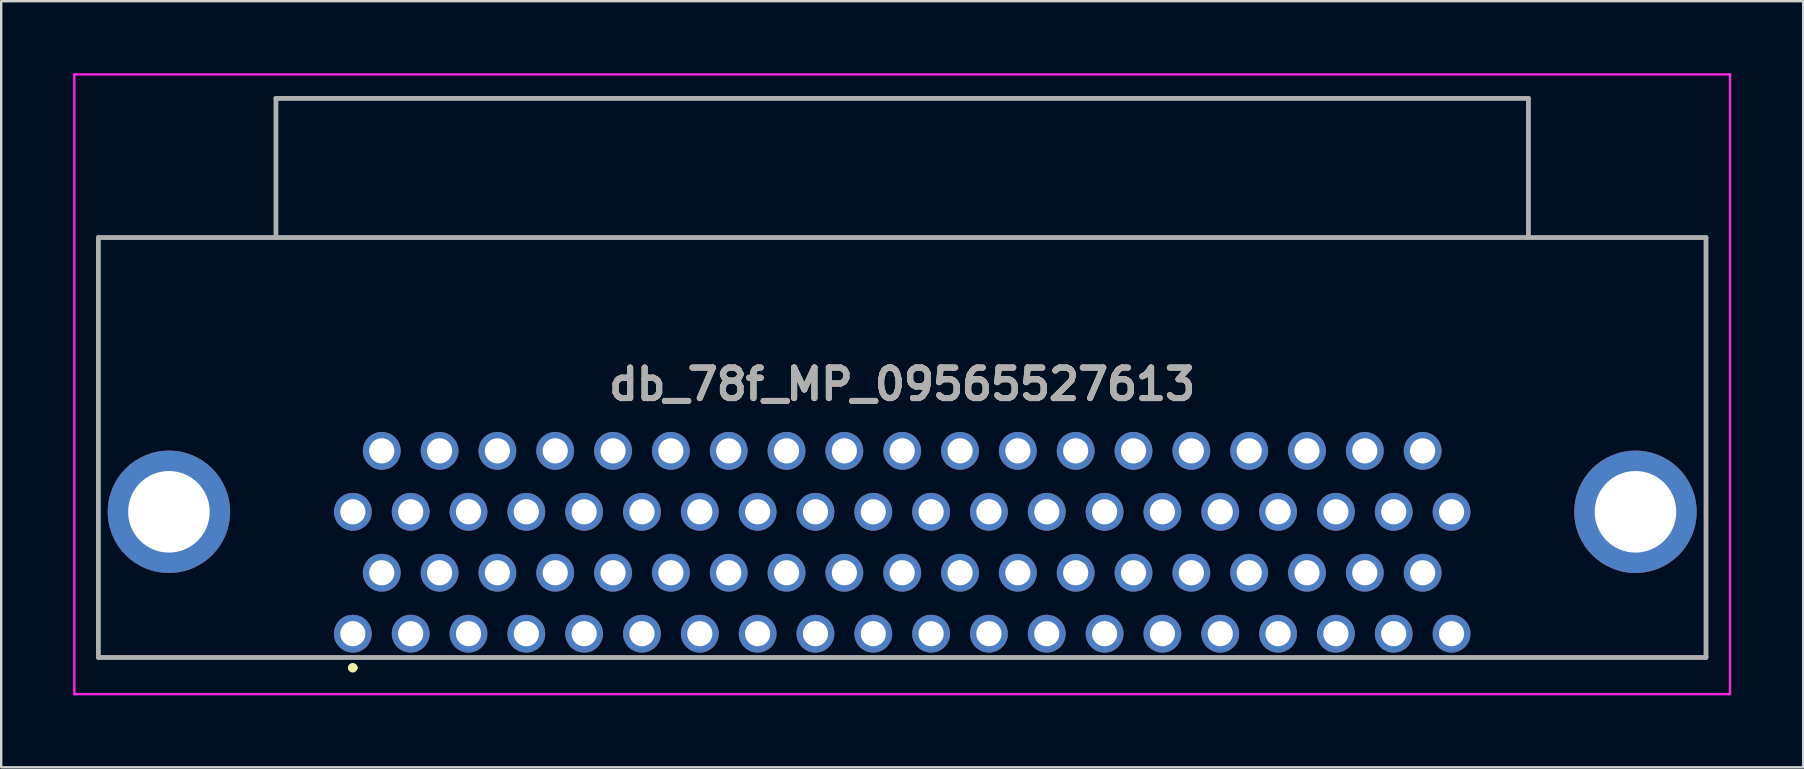
<source format=kicad_pcb>
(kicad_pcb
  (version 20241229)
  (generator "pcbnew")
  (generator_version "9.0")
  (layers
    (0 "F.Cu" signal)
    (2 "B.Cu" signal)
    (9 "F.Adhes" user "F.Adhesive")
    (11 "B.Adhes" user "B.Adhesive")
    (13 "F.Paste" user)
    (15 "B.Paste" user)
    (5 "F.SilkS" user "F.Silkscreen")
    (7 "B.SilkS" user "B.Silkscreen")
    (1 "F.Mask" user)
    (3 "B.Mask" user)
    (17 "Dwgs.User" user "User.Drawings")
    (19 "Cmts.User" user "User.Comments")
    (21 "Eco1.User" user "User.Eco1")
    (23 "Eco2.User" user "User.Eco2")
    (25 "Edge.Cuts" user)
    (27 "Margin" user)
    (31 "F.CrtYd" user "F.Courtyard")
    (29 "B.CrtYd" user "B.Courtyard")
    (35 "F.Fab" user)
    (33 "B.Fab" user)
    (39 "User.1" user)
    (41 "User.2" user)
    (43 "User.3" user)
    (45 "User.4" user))
  (footprint "db_78f_MP_09565527613"
    (layer "F.Cu")
    (at 34.55 12.965)
    (property "Reference" "db_78f_MP_09565527613" (at 0 0 0) (layer "F.SilkS") (effects (font (size 1.27 1.27) (thickness 0.254))))
    (attr through_hole)
    (fp_line (start -33.5 -6.115) (end 33.5 -6.115) (stroke (width 0.1) (type solid)) (layer "F.SilkS"))
    (fp_line (start -33.5 11.385) (end -33.5 -6.115) (stroke (width 0.1) (type solid)) (layer "F.SilkS"))
    (fp_line (start -23 11.815) (end -23 11.815) (stroke (width 0.2) (type solid)) (layer "F.SilkS"))
    (fp_line (start -22.8 11.815) (end -22.8 11.815) (stroke (width 0.2) (type solid)) (layer "F.SilkS"))
    (fp_line (start 33.5 -6.115) (end 33.5 11.385) (stroke (width 0.1) (type solid)) (layer "F.SilkS"))
    (fp_line (start 33.5 11.385) (end -33.5 11.385) (stroke (width 0.1) (type solid)) (layer "F.SilkS"))
    (fp_arc (start -23 11.815) (mid -22.9 11.715) (end -22.8 11.815) (stroke (width 0.2) (type solid)) (layer "F.SilkS"))
    (fp_arc (start -22.8 11.815) (mid -22.9 11.915) (end -23 11.815) (stroke (width 0.2) (type solid)) (layer "F.SilkS"))
    (fp_line (start -34.5 -12.915) (end 34.5 -12.915) (stroke (width 0.1) (type solid)) (layer "F.CrtYd"))
    (fp_line (start -34.5 12.915) (end -34.5 -12.915) (stroke (width 0.1) (type solid)) (layer "F.CrtYd"))
    (fp_line (start 34.5 -12.915) (end 34.5 12.915) (stroke (width 0.1) (type solid)) (layer "F.CrtYd"))
    (fp_line (start 34.5 12.915) (end -34.5 12.915) (stroke (width 0.1) (type solid)) (layer "F.CrtYd"))
    (fp_line (start -33.5 -6.115) (end 33.5 -6.115) (stroke (width 0.2) (type solid)) (layer "F.Fab"))
    (fp_line (start -33.5 11.385) (end -33.5 -6.115) (stroke (width 0.2) (type solid)) (layer "F.Fab"))
    (fp_line (start -26.1 -11.915) (end 26.1 -11.915) (stroke (width 0.2) (type solid)) (layer "F.Fab"))
    (fp_line (start -26.1 -6.115) (end -26.1 -11.915) (stroke (width 0.2) (type solid)) (layer "F.Fab"))
    (fp_line (start 26.1 -11.915) (end 26.1 -6.115) (stroke (width 0.2) (type solid)) (layer "F.Fab"))
    (fp_line (start 33.5 -6.115) (end 33.5 11.385) (stroke (width 0.2) (type solid)) (layer "F.Fab"))
    (fp_line (start 33.5 11.385) (end -33.5 11.385) (stroke (width 0.2) (type solid)) (layer "F.Fab"))
    (fp_text user "${REFERENCE}" (at 0 0 0) (layer "F.Fab") (effects (font (size 1.27 1.27) (thickness 0.254))))
    (pad "1" thru_hole circle (at -22.895 10.395) (size 1.575 1.575) (drill 1.05) (layers "*.Cu" "*.Mask"))
    (pad "2" thru_hole circle (at -20.485 10.395) (size 1.575 1.575) (drill 1.05) (layers "*.Cu" "*.Mask"))
    (pad "3" thru_hole circle (at -18.075 10.395) (size 1.575 1.575) (drill 1.05) (layers "*.Cu" "*.Mask"))
    (pad "4" thru_hole circle (at -15.665 10.395) (size 1.575 1.575) (drill 1.05) (layers "*.Cu" "*.Mask"))
    (pad "5" thru_hole circle (at -13.255 10.395) (size 1.575 1.575) (drill 1.05) (layers "*.Cu" "*.Mask"))
    (pad "6" thru_hole circle (at -10.845 10.395) (size 1.575 1.575) (drill 1.05) (layers "*.Cu" "*.Mask"))
    (pad "7" thru_hole circle (at -8.435 10.395) (size 1.575 1.575) (drill 1.05) (layers "*.Cu" "*.Mask"))
    (pad "8" thru_hole circle (at -6.025 10.395) (size 1.575 1.575) (drill 1.05) (layers "*.Cu" "*.Mask"))
    (pad "9" thru_hole circle (at -3.615 10.395) (size 1.575 1.575) (drill 1.05) (layers "*.Cu" "*.Mask"))
    (pad "10" thru_hole circle (at -1.205 10.395) (size 1.575 1.575) (drill 1.05) (layers "*.Cu" "*.Mask"))
    (pad "11" thru_hole circle (at 1.205 10.395) (size 1.575 1.575) (drill 1.05) (layers "*.Cu" "*.Mask"))
    (pad "12" thru_hole circle (at 3.615 10.395) (size 1.575 1.575) (drill 1.05) (layers "*.Cu" "*.Mask"))
    (pad "13" thru_hole circle (at 6.025 10.395) (size 1.575 1.575) (drill 1.05) (layers "*.Cu" "*.Mask"))
    (pad "14" thru_hole circle (at 8.435 10.395) (size 1.575 1.575) (drill 1.05) (layers "*.Cu" "*.Mask"))
    (pad "15" thru_hole circle (at 10.845 10.395) (size 1.575 1.575) (drill 1.05) (layers "*.Cu" "*.Mask"))
    (pad "16" thru_hole circle (at 13.255 10.395) (size 1.575 1.575) (drill 1.05) (layers "*.Cu" "*.Mask"))
    (pad "17" thru_hole circle (at 15.665 10.395) (size 1.575 1.575) (drill 1.05) (layers "*.Cu" "*.Mask"))
    (pad "18" thru_hole circle (at 18.075 10.395) (size 1.575 1.575) (drill 1.05) (layers "*.Cu" "*.Mask"))
    (pad "19" thru_hole circle (at 20.485 10.395) (size 1.575 1.575) (drill 1.05) (layers "*.Cu" "*.Mask"))
    (pad "20" thru_hole circle (at 22.895 10.395) (size 1.575 1.575) (drill 1.05) (layers "*.Cu" "*.Mask"))
    (pad "21" thru_hole circle (at -21.69 7.855) (size 1.575 1.575) (drill 1.05) (layers "*.Cu" "*.Mask"))
    (pad "22" thru_hole circle (at -19.28 7.855) (size 1.575 1.575) (drill 1.05) (layers "*.Cu" "*.Mask"))
    (pad "23" thru_hole circle (at -16.87 7.855) (size 1.575 1.575) (drill 1.05) (layers "*.Cu" "*.Mask"))
    (pad "24" thru_hole circle (at -14.46 7.855) (size 1.575 1.575) (drill 1.05) (layers "*.Cu" "*.Mask"))
    (pad "25" thru_hole circle (at -12.05 7.855) (size 1.575 1.575) (drill 1.05) (layers "*.Cu" "*.Mask"))
    (pad "26" thru_hole circle (at -9.64 7.855) (size 1.575 1.575) (drill 1.05) (layers "*.Cu" "*.Mask"))
    (pad "27" thru_hole circle (at -7.23 7.855) (size 1.575 1.575) (drill 1.05) (layers "*.Cu" "*.Mask"))
    (pad "28" thru_hole circle (at -4.82 7.855) (size 1.575 1.575) (drill 1.05) (layers "*.Cu" "*.Mask"))
    (pad "29" thru_hole circle (at -2.41 7.855) (size 1.575 1.575) (drill 1.05) (layers "*.Cu" "*.Mask"))
    (pad "30" thru_hole circle (at 0 7.855) (size 1.575 1.575) (drill 1.05) (layers "*.Cu" "*.Mask"))
    (pad "31" thru_hole circle (at 2.41 7.855) (size 1.575 1.575) (drill 1.05) (layers "*.Cu" "*.Mask"))
    (pad "32" thru_hole circle (at 4.82 7.855) (size 1.575 1.575) (drill 1.05) (layers "*.Cu" "*.Mask"))
    (pad "33" thru_hole circle (at 7.23 7.855) (size 1.575 1.575) (drill 1.05) (layers "*.Cu" "*.Mask"))
    (pad "34" thru_hole circle (at 9.64 7.855) (size 1.575 1.575) (drill 1.05) (layers "*.Cu" "*.Mask"))
    (pad "35" thru_hole circle (at 12.05 7.855) (size 1.575 1.575) (drill 1.05) (layers "*.Cu" "*.Mask"))
    (pad "36" thru_hole circle (at 14.46 7.855) (size 1.575 1.575) (drill 1.05) (layers "*.Cu" "*.Mask"))
    (pad "37" thru_hole circle (at 16.87 7.855) (size 1.575 1.575) (drill 1.05) (layers "*.Cu" "*.Mask"))
    (pad "38" thru_hole circle (at 19.28 7.855) (size 1.575 1.575) (drill 1.05) (layers "*.Cu" "*.Mask"))
    (pad "39" thru_hole circle (at 21.69 7.855) (size 1.575 1.575) (drill 1.05) (layers "*.Cu" "*.Mask"))
    (pad "40" thru_hole circle (at -22.895 5.315) (size 1.575 1.575) (drill 1.05) (layers "*.Cu" "*.Mask"))
    (pad "41" thru_hole circle (at -20.485 5.315) (size 1.575 1.575) (drill 1.05) (layers "*.Cu" "*.Mask"))
    (pad "42" thru_hole circle (at -18.075 5.315) (size 1.575 1.575) (drill 1.05) (layers "*.Cu" "*.Mask"))
    (pad "43" thru_hole circle (at -15.665 5.315) (size 1.575 1.575) (drill 1.05) (layers "*.Cu" "*.Mask"))
    (pad "44" thru_hole circle (at -13.255 5.315) (size 1.575 1.575) (drill 1.05) (layers "*.Cu" "*.Mask"))
    (pad "45" thru_hole circle (at -10.845 5.315) (size 1.575 1.575) (drill 1.05) (layers "*.Cu" "*.Mask"))
    (pad "46" thru_hole circle (at -8.435 5.315) (size 1.575 1.575) (drill 1.05) (layers "*.Cu" "*.Mask"))
    (pad "47" thru_hole circle (at -6.025 5.315) (size 1.575 1.575) (drill 1.05) (layers "*.Cu" "*.Mask"))
    (pad "48" thru_hole circle (at -3.615 5.315) (size 1.575 1.575) (drill 1.05) (layers "*.Cu" "*.Mask"))
    (pad "49" thru_hole circle (at -1.205 5.315) (size 1.575 1.575) (drill 1.05) (layers "*.Cu" "*.Mask"))
    (pad "50" thru_hole circle (at 1.205 5.315) (size 1.575 1.575) (drill 1.05) (layers "*.Cu" "*.Mask"))
    (pad "51" thru_hole circle (at 3.615 5.315) (size 1.575 1.575) (drill 1.05) (layers "*.Cu" "*.Mask"))
    (pad "52" thru_hole circle (at 6.025 5.315) (size 1.575 1.575) (drill 1.05) (layers "*.Cu" "*.Mask"))
    (pad "53" thru_hole circle (at 8.435 5.315) (size 1.575 1.575) (drill 1.05) (layers "*.Cu" "*.Mask"))
    (pad "54" thru_hole circle (at 10.845 5.315) (size 1.575 1.575) (drill 1.05) (layers "*.Cu" "*.Mask"))
    (pad "55" thru_hole circle (at 13.255 5.315) (size 1.575 1.575) (drill 1.05) (layers "*.Cu" "*.Mask"))
    (pad "56" thru_hole circle (at 15.665 5.315) (size 1.575 1.575) (drill 1.05) (layers "*.Cu" "*.Mask"))
    (pad "57" thru_hole circle (at 18.075 5.315) (size 1.575 1.575) (drill 1.05) (layers "*.Cu" "*.Mask"))
    (pad "58" thru_hole circle (at 20.485 5.315) (size 1.575 1.575) (drill 1.05) (layers "*.Cu" "*.Mask"))
    (pad "59" thru_hole circle (at 22.895 5.315) (size 1.575 1.575) (drill 1.05) (layers "*.Cu" "*.Mask"))
    (pad "60" thru_hole circle (at -21.69 2.775) (size 1.575 1.575) (drill 1.05) (layers "*.Cu" "*.Mask"))
    (pad "61" thru_hole circle (at -19.28 2.775) (size 1.575 1.575) (drill 1.05) (layers "*.Cu" "*.Mask"))
    (pad "62" thru_hole circle (at -16.87 2.775) (size 1.575 1.575) (drill 1.05) (layers "*.Cu" "*.Mask"))
    (pad "63" thru_hole circle (at -14.46 2.775) (size 1.575 1.575) (drill 1.05) (layers "*.Cu" "*.Mask"))
    (pad "64" thru_hole circle (at -12.05 2.775) (size 1.575 1.575) (drill 1.05) (layers "*.Cu" "*.Mask"))
    (pad "65" thru_hole circle (at -9.64 2.775) (size 1.575 1.575) (drill 1.05) (layers "*.Cu" "*.Mask"))
    (pad "66" thru_hole circle (at -7.23 2.775) (size 1.575 1.575) (drill 1.05) (layers "*.Cu" "*.Mask"))
    (pad "67" thru_hole circle (at -4.82 2.775) (size 1.575 1.575) (drill 1.05) (layers "*.Cu" "*.Mask"))
    (pad "68" thru_hole circle (at -2.41 2.775) (size 1.575 1.575) (drill 1.05) (layers "*.Cu" "*.Mask"))
    (pad "69" thru_hole circle (at 0 2.775) (size 1.575 1.575) (drill 1.05) (layers "*.Cu" "*.Mask"))
    (pad "70" thru_hole circle (at 2.41 2.775) (size 1.575 1.575) (drill 1.05) (layers "*.Cu" "*.Mask"))
    (pad "71" thru_hole circle (at 4.82 2.775) (size 1.575 1.575) (drill 1.05) (layers "*.Cu" "*.Mask"))
    (pad "72" thru_hole circle (at 7.23 2.775) (size 1.575 1.575) (drill 1.05) (layers "*.Cu" "*.Mask"))
    (pad "73" thru_hole circle (at 9.64 2.775) (size 1.575 1.575) (drill 1.05) (layers "*.Cu" "*.Mask"))
    (pad "74" thru_hole circle (at 12.05 2.775) (size 1.575 1.575) (drill 1.05) (layers "*.Cu" "*.Mask"))
    (pad "75" thru_hole circle (at 14.46 2.775) (size 1.575 1.575) (drill 1.05) (layers "*.Cu" "*.Mask"))
    (pad "76" thru_hole circle (at 16.87 2.775) (size 1.575 1.575) (drill 1.05) (layers "*.Cu" "*.Mask"))
    (pad "77" thru_hole circle (at 19.28 2.775) (size 1.575 1.575) (drill 1.05) (layers "*.Cu" "*.Mask"))
    (pad "78" thru_hole circle (at 21.69 2.775) (size 1.575 1.575) (drill 1.05) (layers "*.Cu" "*.Mask"))
    (pad "MP" thru_hole circle (at -30.56 5.315) (size 5.1 5.1) (drill 3.4) (layers "*.Cu" "*.Mask"))
    (pad "MP" thru_hole circle (at 30.56 5.315) (size 5.1 5.1) (drill 3.4) (layers "*.Cu" "*.Mask")))
  (gr_rect
    (start -3 -3)
    (end 72.1 28.93)
    (stroke (width 0.1) (type default))
    (fill no)
    (layer "Edge.Cuts")))
</source>
